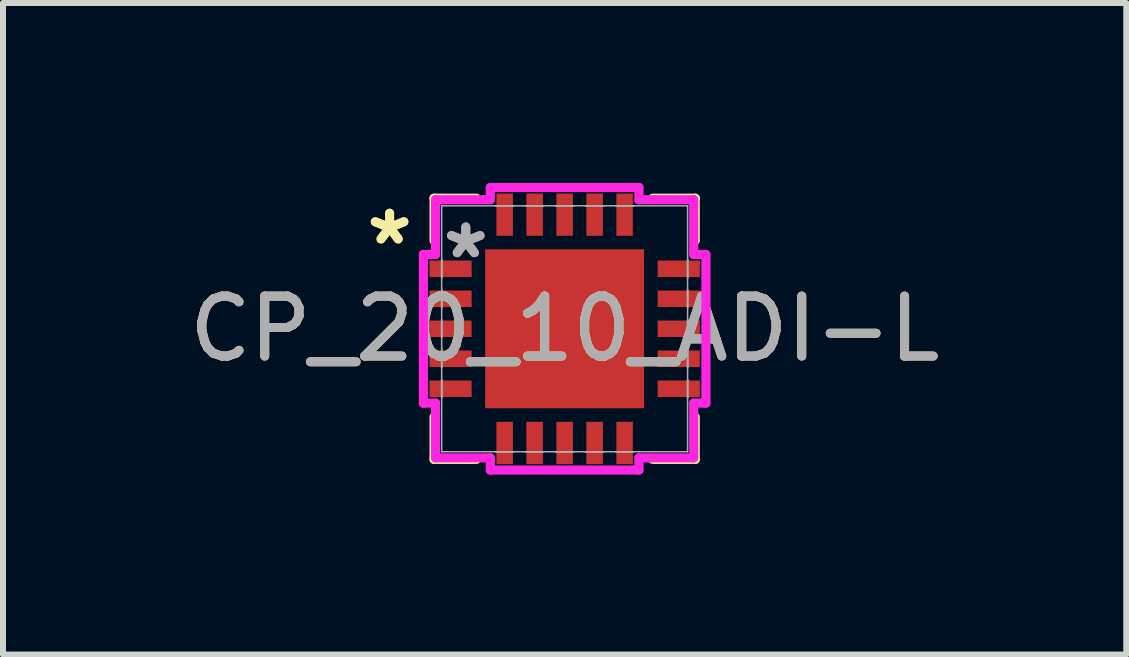
<source format=kicad_pcb>
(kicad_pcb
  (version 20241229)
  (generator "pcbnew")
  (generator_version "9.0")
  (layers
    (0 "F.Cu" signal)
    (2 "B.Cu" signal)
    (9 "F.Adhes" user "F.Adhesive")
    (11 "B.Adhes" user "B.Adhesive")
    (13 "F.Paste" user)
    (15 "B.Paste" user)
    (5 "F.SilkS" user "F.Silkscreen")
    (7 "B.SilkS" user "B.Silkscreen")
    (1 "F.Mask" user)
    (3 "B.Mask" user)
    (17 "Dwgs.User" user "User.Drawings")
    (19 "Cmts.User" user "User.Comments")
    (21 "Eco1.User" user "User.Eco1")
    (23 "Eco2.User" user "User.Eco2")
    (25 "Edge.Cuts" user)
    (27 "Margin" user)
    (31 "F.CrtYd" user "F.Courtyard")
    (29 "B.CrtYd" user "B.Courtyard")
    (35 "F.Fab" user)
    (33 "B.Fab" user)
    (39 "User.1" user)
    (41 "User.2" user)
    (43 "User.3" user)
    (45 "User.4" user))
  (footprint "CP_20_10_ADI-L"
    (layer "F.Cu")
    (at 6.363 2.431)
    (property "Reference" "CP_20_10_ADI-L" (at 0 0 0) (unlocked yes) (layer "F.SilkS") (effects (font (size 1 1) (thickness 0.15))))
    (attr smd)
    (fp_line (start -2.177 -2.177) (end -2.177 -1.47) (stroke (width 0.152) (type solid)) (layer "F.SilkS"))
    (fp_line (start -2.177 1.47) (end -2.177 2.177) (stroke (width 0.152) (type solid)) (layer "F.SilkS"))
    (fp_line (start -2.177 2.177) (end -1.47 2.177) (stroke (width 0.152) (type solid)) (layer "F.SilkS"))
    (fp_line (start -1.47 -2.177) (end -2.177 -2.177) (stroke (width 0.152) (type solid)) (layer "F.SilkS"))
    (fp_line (start 1.47 2.177) (end 2.177 2.177) (stroke (width 0.152) (type solid)) (layer "F.SilkS"))
    (fp_line (start 2.177 -2.177) (end 1.47 -2.177) (stroke (width 0.152) (type solid)) (layer "F.SilkS"))
    (fp_line (start 2.177 -1.47) (end 2.177 -2.177) (stroke (width 0.152) (type solid)) (layer "F.SilkS"))
    (fp_line (start 2.177 2.177) (end 2.177 1.47) (stroke (width 0.152) (type solid)) (layer "F.SilkS"))
    (fp_poly (pts (xy -1.225 -1.225) (xy -1.225 -0.1) (xy -0.1 -0.1) (xy -0.1 -1.225)) (stroke (width 0) (type solid)) (fill yes) (layer "F.Paste"))
    (fp_poly (pts (xy -1.225 0.1) (xy -1.225 1.225) (xy -0.1 1.225) (xy -0.1 0.1)) (stroke (width 0) (type solid)) (fill yes) (layer "F.Paste"))
    (fp_poly (pts (xy 0.1 -1.225) (xy 0.1 -0.1) (xy 1.225 -0.1) (xy 1.225 -1.225)) (stroke (width 0) (type solid)) (fill yes) (layer "F.Paste"))
    (fp_poly (pts (xy 0.1 0.1) (xy 0.1 1.225) (xy 1.225 1.225) (xy 1.225 0.1)) (stroke (width 0) (type solid)) (fill yes) (layer "F.Paste"))
    (fp_line (start -2.355 -1.239) (end -2.152 -1.239) (stroke (width 0.152) (type solid)) (layer "F.CrtYd"))
    (fp_line (start -2.355 1.239) (end -2.355 -1.239) (stroke (width 0.152) (type solid)) (layer "F.CrtYd"))
    (fp_line (start -2.152 -2.152) (end -1.239 -2.152) (stroke (width 0.152) (type solid)) (layer "F.CrtYd"))
    (fp_line (start -2.152 -1.239) (end -2.152 -2.152) (stroke (width 0.152) (type solid)) (layer "F.CrtYd"))
    (fp_line (start -2.152 1.239) (end -2.355 1.239) (stroke (width 0.152) (type solid)) (layer "F.CrtYd"))
    (fp_line (start -2.152 2.152) (end -2.152 1.239) (stroke (width 0.152) (type solid)) (layer "F.CrtYd"))
    (fp_line (start -1.239 -2.355) (end 1.239 -2.355) (stroke (width 0.152) (type solid)) (layer "F.CrtYd"))
    (fp_line (start -1.239 -2.152) (end -1.239 -2.355) (stroke (width 0.152) (type solid)) (layer "F.CrtYd"))
    (fp_line (start -1.239 2.152) (end -2.152 2.152) (stroke (width 0.152) (type solid)) (layer "F.CrtYd"))
    (fp_line (start -1.239 2.355) (end -1.239 2.152) (stroke (width 0.152) (type solid)) (layer "F.CrtYd"))
    (fp_line (start 1.239 -2.355) (end 1.239 -2.152) (stroke (width 0.152) (type solid)) (layer "F.CrtYd"))
    (fp_line (start 1.239 -2.152) (end 2.152 -2.152) (stroke (width 0.152) (type solid)) (layer "F.CrtYd"))
    (fp_line (start 1.239 2.152) (end 1.239 2.355) (stroke (width 0.152) (type solid)) (layer "F.CrtYd"))
    (fp_line (start 1.239 2.355) (end -1.239 2.355) (stroke (width 0.152) (type solid)) (layer "F.CrtYd"))
    (fp_line (start 2.152 -2.152) (end 2.152 -1.239) (stroke (width 0.152) (type solid)) (layer "F.CrtYd"))
    (fp_line (start 2.152 -1.239) (end 2.355 -1.239) (stroke (width 0.152) (type solid)) (layer "F.CrtYd"))
    (fp_line (start 2.152 1.239) (end 2.152 2.152) (stroke (width 0.152) (type solid)) (layer "F.CrtYd"))
    (fp_line (start 2.152 2.152) (end 1.239 2.152) (stroke (width 0.152) (type solid)) (layer "F.CrtYd"))
    (fp_line (start 2.355 -1.239) (end 2.355 1.239) (stroke (width 0.152) (type solid)) (layer "F.CrtYd"))
    (fp_line (start 2.355 1.239) (end 2.152 1.239) (stroke (width 0.152) (type solid)) (layer "F.CrtYd"))
    (fp_line (start -2.05 -2.05) (end -2.05 2.05) (stroke (width 0.025) (type solid)) (layer "F.Fab"))
    (fp_line (start -2.05 -1.15) (end -2.05 -1.15) (stroke (width 0.025) (type solid)) (layer "F.Fab"))
    (fp_line (start -2.05 -1.15) (end -2.05 -0.85) (stroke (width 0.025) (type solid)) (layer "F.Fab"))
    (fp_line (start -2.05 -0.85) (end -2.05 -1.15) (stroke (width 0.025) (type solid)) (layer "F.Fab"))
    (fp_line (start -2.05 -0.85) (end -2.05 -0.85) (stroke (width 0.025) (type solid)) (layer "F.Fab"))
    (fp_line (start -2.05 -0.65) (end -2.05 -0.65) (stroke (width 0.025) (type solid)) (layer "F.Fab"))
    (fp_line (start -2.05 -0.65) (end -2.05 -0.35) (stroke (width 0.025) (type solid)) (layer "F.Fab"))
    (fp_line (start -2.05 -0.35) (end -2.05 -0.65) (stroke (width 0.025) (type solid)) (layer "F.Fab"))
    (fp_line (start -2.05 -0.35) (end -2.05 -0.35) (stroke (width 0.025) (type solid)) (layer "F.Fab"))
    (fp_line (start -2.05 -0.15) (end -2.05 -0.15) (stroke (width 0.025) (type solid)) (layer "F.Fab"))
    (fp_line (start -2.05 -0.15) (end -2.05 0.15) (stroke (width 0.025) (type solid)) (layer "F.Fab"))
    (fp_line (start -2.05 0.15) (end -2.05 -0.15) (stroke (width 0.025) (type solid)) (layer "F.Fab"))
    (fp_line (start -2.05 0.15) (end -2.05 0.15) (stroke (width 0.025) (type solid)) (layer "F.Fab"))
    (fp_line (start -2.05 0.35) (end -2.05 0.35) (stroke (width 0.025) (type solid)) (layer "F.Fab"))
    (fp_line (start -2.05 0.35) (end -2.05 0.65) (stroke (width 0.025) (type solid)) (layer "F.Fab"))
    (fp_line (start -2.05 0.65) (end -2.05 0.35) (stroke (width 0.025) (type solid)) (layer "F.Fab"))
    (fp_line (start -2.05 0.65) (end -2.05 0.65) (stroke (width 0.025) (type solid)) (layer "F.Fab"))
    (fp_line (start -2.05 0.85) (end -2.05 0.85) (stroke (width 0.025) (type solid)) (layer "F.Fab"))
    (fp_line (start -2.05 0.85) (end -2.05 1.15) (stroke (width 0.025) (type solid)) (layer "F.Fab"))
    (fp_line (start -2.05 1.15) (end -2.05 0.85) (stroke (width 0.025) (type solid)) (layer "F.Fab"))
    (fp_line (start -2.05 1.15) (end -2.05 1.15) (stroke (width 0.025) (type solid)) (layer "F.Fab"))
    (fp_line (start -2.05 2.05) (end 2.05 2.05) (stroke (width 0.025) (type solid)) (layer "F.Fab"))
    (fp_line (start -1.15 -2.05) (end -1.15 -2.05) (stroke (width 0.025) (type solid)) (layer "F.Fab"))
    (fp_line (start -1.15 -2.05) (end -0.85 -2.05) (stroke (width 0.025) (type solid)) (layer "F.Fab"))
    (fp_line (start -1.15 2.05) (end -1.15 2.05) (stroke (width 0.025) (type solid)) (layer "F.Fab"))
    (fp_line (start -1.15 2.05) (end -0.85 2.05) (stroke (width 0.025) (type solid)) (layer "F.Fab"))
    (fp_line (start -0.85 -2.05) (end -1.15 -2.05) (stroke (width 0.025) (type solid)) (layer "F.Fab"))
    (fp_line (start -0.85 -2.05) (end -0.85 -2.05) (stroke (width 0.025) (type solid)) (layer "F.Fab"))
    (fp_line (start -0.85 2.05) (end -1.15 2.05) (stroke (width 0.025) (type solid)) (layer "F.Fab"))
    (fp_line (start -0.85 2.05) (end -0.85 2.05) (stroke (width 0.025) (type solid)) (layer "F.Fab"))
    (fp_line (start -0.65 -2.05) (end -0.65 -2.05) (stroke (width 0.025) (type solid)) (layer "F.Fab"))
    (fp_line (start -0.65 -2.05) (end -0.35 -2.05) (stroke (width 0.025) (type solid)) (layer "F.Fab"))
    (fp_line (start -0.65 2.05) (end -0.65 2.05) (stroke (width 0.025) (type solid)) (layer "F.Fab"))
    (fp_line (start -0.65 2.05) (end -0.35 2.05) (stroke (width 0.025) (type solid)) (layer "F.Fab"))
    (fp_line (start -0.35 -2.05) (end -0.65 -2.05) (stroke (width 0.025) (type solid)) (layer "F.Fab"))
    (fp_line (start -0.35 -2.05) (end -0.35 -2.05) (stroke (width 0.025) (type solid)) (layer "F.Fab"))
    (fp_line (start -0.35 2.05) (end -0.65 2.05) (stroke (width 0.025) (type solid)) (layer "F.Fab"))
    (fp_line (start -0.35 2.05) (end -0.35 2.05) (stroke (width 0.025) (type solid)) (layer "F.Fab"))
    (fp_line (start -0.15 -2.05) (end -0.15 -2.05) (stroke (width 0.025) (type solid)) (layer "F.Fab"))
    (fp_line (start -0.15 -2.05) (end 0.15 -2.05) (stroke (width 0.025) (type solid)) (layer "F.Fab"))
    (fp_line (start -0.15 2.05) (end -0.15 2.05) (stroke (width 0.025) (type solid)) (layer "F.Fab"))
    (fp_line (start -0.15 2.05) (end 0.15 2.05) (stroke (width 0.025) (type solid)) (layer "F.Fab"))
    (fp_line (start 0.15 -2.05) (end -0.15 -2.05) (stroke (width 0.025) (type solid)) (layer "F.Fab"))
    (fp_line (start 0.15 -2.05) (end 0.15 -2.05) (stroke (width 0.025) (type solid)) (layer "F.Fab"))
    (fp_line (start 0.15 2.05) (end -0.15 2.05) (stroke (width 0.025) (type solid)) (layer "F.Fab"))
    (fp_line (start 0.15 2.05) (end 0.15 2.05) (stroke (width 0.025) (type solid)) (layer "F.Fab"))
    (fp_line (start 0.35 -2.05) (end 0.35 -2.05) (stroke (width 0.025) (type solid)) (layer "F.Fab"))
    (fp_line (start 0.35 -2.05) (end 0.65 -2.05) (stroke (width 0.025) (type solid)) (layer "F.Fab"))
    (fp_line (start 0.35 2.05) (end 0.35 2.05) (stroke (width 0.025) (type solid)) (layer "F.Fab"))
    (fp_line (start 0.35 2.05) (end 0.65 2.05) (stroke (width 0.025) (type solid)) (layer "F.Fab"))
    (fp_line (start 0.65 -2.05) (end 0.35 -2.05) (stroke (width 0.025) (type solid)) (layer "F.Fab"))
    (fp_line (start 0.65 -2.05) (end 0.65 -2.05) (stroke (width 0.025) (type solid)) (layer "F.Fab"))
    (fp_line (start 0.65 2.05) (end 0.35 2.05) (stroke (width 0.025) (type solid)) (layer "F.Fab"))
    (fp_line (start 0.65 2.05) (end 0.65 2.05) (stroke (width 0.025) (type solid)) (layer "F.Fab"))
    (fp_line (start 0.85 -2.05) (end 0.85 -2.05) (stroke (width 0.025) (type solid)) (layer "F.Fab"))
    (fp_line (start 0.85 -2.05) (end 1.15 -2.05) (stroke (width 0.025) (type solid)) (layer "F.Fab"))
    (fp_line (start 0.85 2.05) (end 0.85 2.05) (stroke (width 0.025) (type solid)) (layer "F.Fab"))
    (fp_line (start 0.85 2.05) (end 1.15 2.05) (stroke (width 0.025) (type solid)) (layer "F.Fab"))
    (fp_line (start 1.15 -2.05) (end 0.85 -2.05) (stroke (width 0.025) (type solid)) (layer "F.Fab"))
    (fp_line (start 1.15 -2.05) (end 1.15 -2.05) (stroke (width 0.025) (type solid)) (layer "F.Fab"))
    (fp_line (start 1.15 2.05) (end 0.85 2.05) (stroke (width 0.025) (type solid)) (layer "F.Fab"))
    (fp_line (start 1.15 2.05) (end 1.15 2.05) (stroke (width 0.025) (type solid)) (layer "F.Fab"))
    (fp_line (start 2.05 -2.05) (end -2.05 -2.05) (stroke (width 0.025) (type solid)) (layer "F.Fab"))
    (fp_line (start 2.05 -1.15) (end 2.05 -1.15) (stroke (width 0.025) (type solid)) (layer "F.Fab"))
    (fp_line (start 2.05 -1.15) (end 2.05 -0.85) (stroke (width 0.025) (type solid)) (layer "F.Fab"))
    (fp_line (start 2.05 -0.85) (end 2.05 -1.15) (stroke (width 0.025) (type solid)) (layer "F.Fab"))
    (fp_line (start 2.05 -0.85) (end 2.05 -0.85) (stroke (width 0.025) (type solid)) (layer "F.Fab"))
    (fp_line (start 2.05 -0.65) (end 2.05 -0.65) (stroke (width 0.025) (type solid)) (layer "F.Fab"))
    (fp_line (start 2.05 -0.65) (end 2.05 -0.35) (stroke (width 0.025) (type solid)) (layer "F.Fab"))
    (fp_line (start 2.05 -0.35) (end 2.05 -0.65) (stroke (width 0.025) (type solid)) (layer "F.Fab"))
    (fp_line (start 2.05 -0.35) (end 2.05 -0.35) (stroke (width 0.025) (type solid)) (layer "F.Fab"))
    (fp_line (start 2.05 -0.15) (end 2.05 -0.15) (stroke (width 0.025) (type solid)) (layer "F.Fab"))
    (fp_line (start 2.05 -0.15) (end 2.05 0.15) (stroke (width 0.025) (type solid)) (layer "F.Fab"))
    (fp_line (start 2.05 0.15) (end 2.05 -0.15) (stroke (width 0.025) (type solid)) (layer "F.Fab"))
    (fp_line (start 2.05 0.15) (end 2.05 0.15) (stroke (width 0.025) (type solid)) (layer "F.Fab"))
    (fp_line (start 2.05 0.35) (end 2.05 0.35) (stroke (width 0.025) (type solid)) (layer "F.Fab"))
    (fp_line (start 2.05 0.35) (end 2.05 0.65) (stroke (width 0.025) (type solid)) (layer "F.Fab"))
    (fp_line (start 2.05 0.65) (end 2.05 0.35) (stroke (width 0.025) (type solid)) (layer "F.Fab"))
    (fp_line (start 2.05 0.65) (end 2.05 0.65) (stroke (width 0.025) (type solid)) (layer "F.Fab"))
    (fp_line (start 2.05 0.85) (end 2.05 0.85) (stroke (width 0.025) (type solid)) (layer "F.Fab"))
    (fp_line (start 2.05 0.85) (end 2.05 1.15) (stroke (width 0.025) (type solid)) (layer "F.Fab"))
    (fp_line (start 2.05 1.15) (end 2.05 0.85) (stroke (width 0.025) (type solid)) (layer "F.Fab"))
    (fp_line (start 2.05 1.15) (end 2.05 1.15) (stroke (width 0.025) (type solid)) (layer "F.Fab"))
    (fp_line (start 2.05 2.05) (end 2.05 -2.05) (stroke (width 0.025) (type solid)) (layer "F.Fab"))
    (fp_text user "*" (at -2.918 -1.381 0) (layer "F.SilkS") (effects (font (size 1 1) (thickness 0.15))))
    (fp_text user "*" (at -2.918 -1.381 0) (unlocked yes) (layer "F.SilkS") (effects (font (size 1 1) (thickness 0.15))))
    (fp_text user "*" (at -1.648 -1.152 0) (unlocked yes) (layer "F.Fab") (effects (font (size 1 1) (thickness 0.15))))
    (fp_text user "${REFERENCE}" (at 0 0 0) (unlocked yes) (layer "F.Fab") (effects (font (size 1 1) (thickness 0.15))))
    (fp_text user "*" (at -1.648 -1.152 0) (layer "F.Fab") (effects (font (size 1 1) (thickness 0.15))))
    (pad "1" smd rect (at 1 -1.902) (size 0.275 0.703) (layers "F.Cu" "F.Mask" "F.Paste"))
    (pad "2" smd rect (at 0.5 -1.902) (size 0.275 0.703) (layers "F.Cu" "F.Mask" "F.Paste"))
    (pad "3" smd rect (at 0 -1.902) (size 0.275 0.703) (layers "F.Cu" "F.Mask" "F.Paste"))
    (pad "4" smd rect (at -0.5 -1.902) (size 0.275 0.703) (layers "F.Cu" "F.Mask" "F.Paste"))
    (pad "5" smd rect (at -1 -1.902) (size 0.275 0.703) (layers "F.Cu" "F.Mask" "F.Paste"))
    (pad "6" smd rect (at -1.902 -1 90) (size 0.275 0.703) (layers "F.Cu" "F.Mask" "F.Paste"))
    (pad "7" smd rect (at -1.902 -0.5 90) (size 0.275 0.703) (layers "F.Cu" "F.Mask" "F.Paste"))
    (pad "8" smd rect (at -1.902 0 90) (size 0.275 0.703) (layers "F.Cu" "F.Mask" "F.Paste"))
    (pad "9" smd rect (at -1.902 0.5 90) (size 0.275 0.703) (layers "F.Cu" "F.Mask" "F.Paste"))
    (pad "10" smd rect (at -1.902 1 90) (size 0.275 0.703) (layers "F.Cu" "F.Mask" "F.Paste"))
    (pad "11" smd rect (at -1 1.902) (size 0.275 0.703) (layers "F.Cu" "F.Mask" "F.Paste"))
    (pad "12" smd rect (at -0.5 1.902) (size 0.275 0.703) (layers "F.Cu" "F.Mask" "F.Paste"))
    (pad "13" smd rect (at 0 1.902) (size 0.275 0.703) (layers "F.Cu" "F.Mask" "F.Paste"))
    (pad "14" smd rect (at 0.5 1.902) (size 0.275 0.703) (layers "F.Cu" "F.Mask" "F.Paste"))
    (pad "15" smd rect (at 1 1.902) (size 0.275 0.703) (layers "F.Cu" "F.Mask" "F.Paste"))
    (pad "16" smd rect (at 1.902 1 90) (size 0.275 0.703) (layers "F.Cu" "F.Mask" "F.Paste"))
    (pad "17" smd rect (at 1.902 0.5 90) (size 0.275 0.703) (layers "F.Cu" "F.Mask" "F.Paste"))
    (pad "18" smd rect (at 1.902 0 90) (size 0.275 0.703) (layers "F.Cu" "F.Mask" "F.Paste"))
    (pad "19" smd rect (at 1.902 -0.5 90) (size 0.275 0.703) (layers "F.Cu" "F.Mask" "F.Paste"))
    (pad "20" smd rect (at 1.902 -1 90) (size 0.275 0.703) (layers "F.Cu" "F.Mask" "F.Paste"))
    (pad "HTAB" smd rect (at 0 0) (size 2.65 2.65) (layers "F.Cu" "F.Mask" "F.Paste")))
  (gr_rect
    (start -3 -3)
    (end 15.726 7.862)
    (stroke (width 0.1) (type default))
    (fill no)
    (layer "Edge.Cuts")))
</source>
